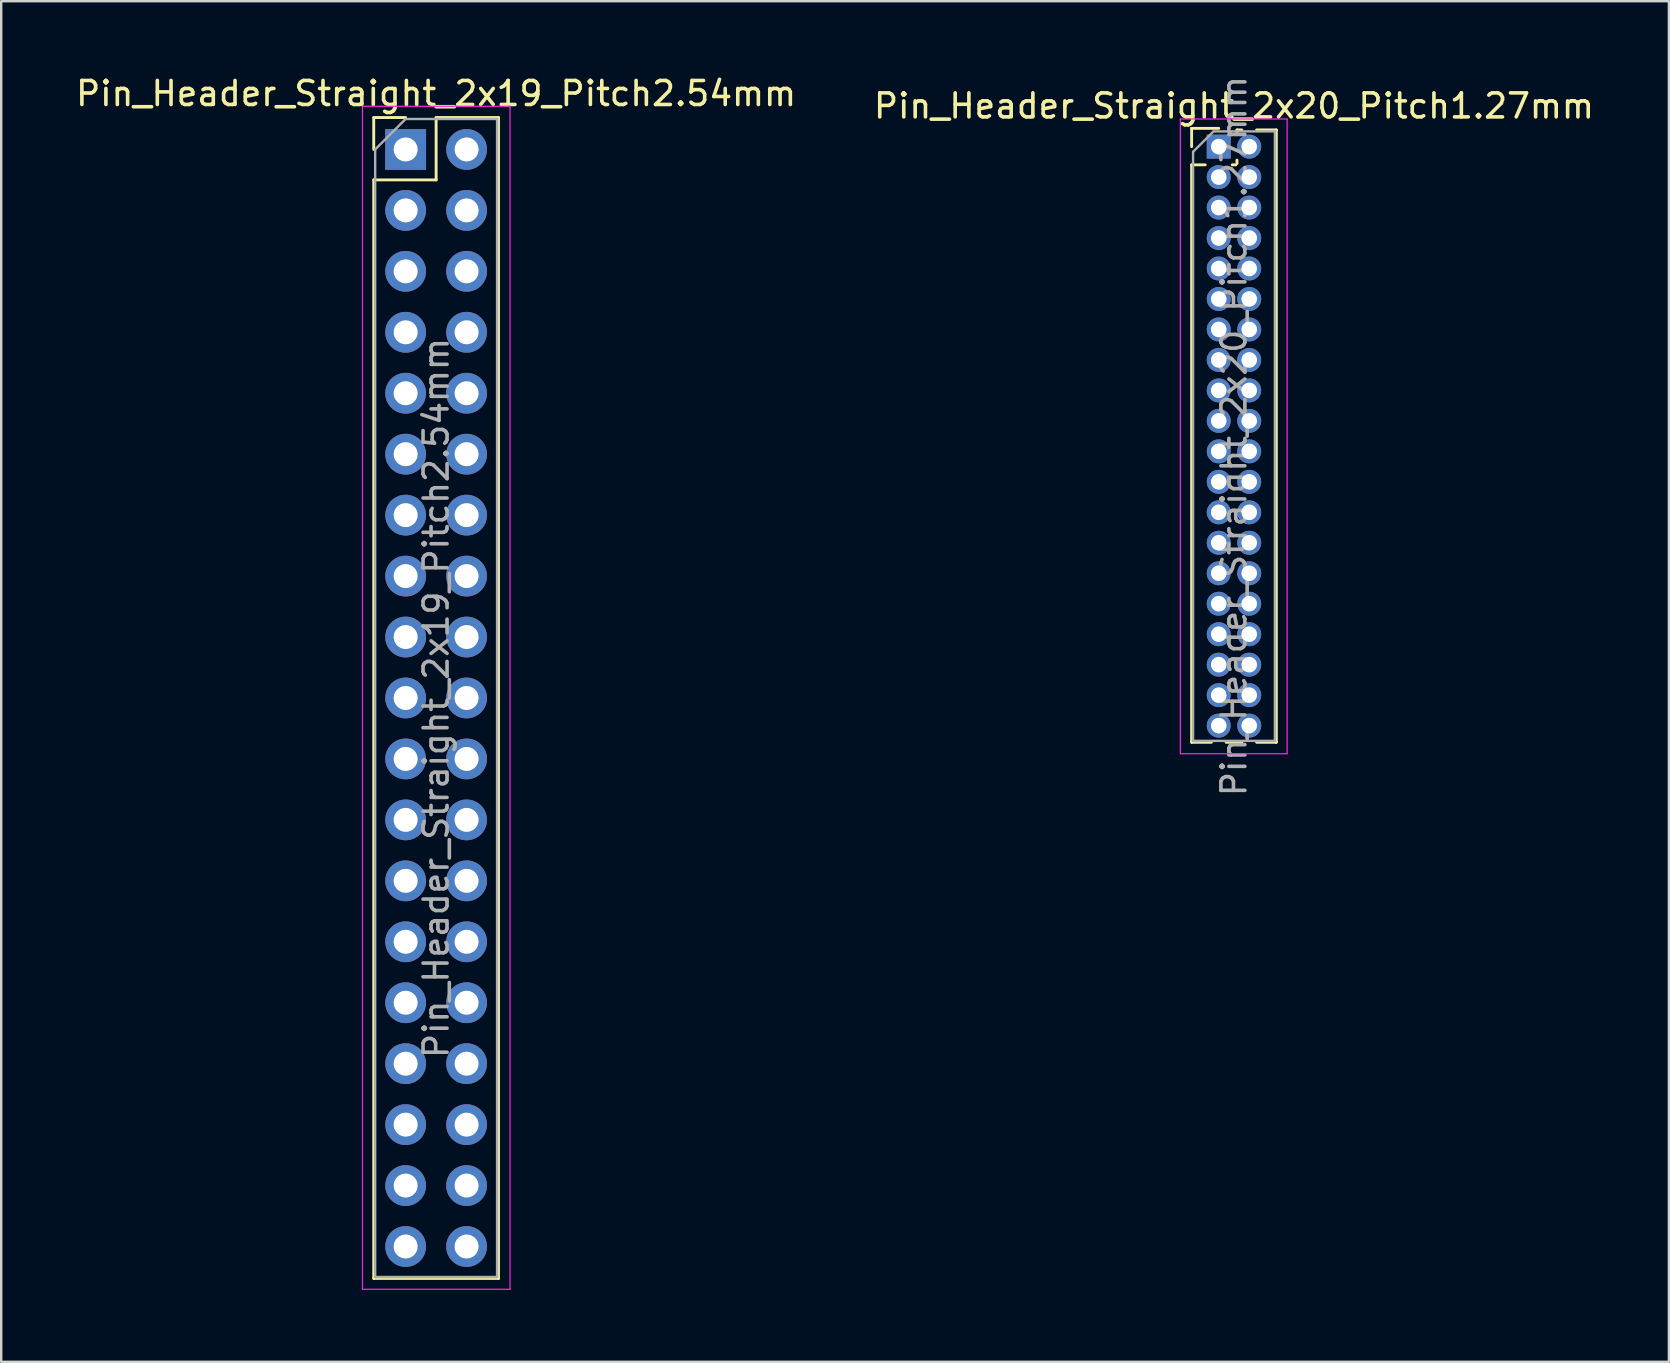
<source format=kicad_pcb>
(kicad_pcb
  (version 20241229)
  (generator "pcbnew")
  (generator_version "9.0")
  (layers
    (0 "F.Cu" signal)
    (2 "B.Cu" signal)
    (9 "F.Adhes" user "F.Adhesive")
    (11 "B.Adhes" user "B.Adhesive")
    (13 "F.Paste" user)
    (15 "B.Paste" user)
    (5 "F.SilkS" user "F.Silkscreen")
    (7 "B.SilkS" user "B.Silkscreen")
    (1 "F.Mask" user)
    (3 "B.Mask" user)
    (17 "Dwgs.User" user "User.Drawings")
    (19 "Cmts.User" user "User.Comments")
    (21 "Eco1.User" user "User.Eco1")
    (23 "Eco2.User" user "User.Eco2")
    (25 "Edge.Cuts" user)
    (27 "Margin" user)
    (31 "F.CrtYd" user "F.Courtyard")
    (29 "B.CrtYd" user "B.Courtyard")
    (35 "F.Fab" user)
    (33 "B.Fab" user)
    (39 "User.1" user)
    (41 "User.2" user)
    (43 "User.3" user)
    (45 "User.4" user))
  (footprint "Pin_Header_Straight_2x20_Pitch1.27mm"
    (layer "F.Cu")
    (at 47.74 3.06)
    (property "Reference" "Pin_Header_Straight_2x20_Pitch1.27mm" (at 0.635 -1.695 0) (layer "F.SilkS") (effects (font (size 1 1) (thickness 0.15))))
    (attr through_hole)
    (fp_line (start -1.13 -0.76) (end 0 -0.76) (stroke (width 0.12) (type solid)) (layer "F.SilkS"))
    (fp_line (start -1.13 0) (end -1.13 -0.76) (stroke (width 0.12) (type solid)) (layer "F.SilkS"))
    (fp_line (start -1.13 0.76) (end -1.13 24.825) (stroke (width 0.12) (type solid)) (layer "F.SilkS"))
    (fp_line (start -1.13 0.76) (end -0.563 0.76) (stroke (width 0.12) (type solid)) (layer "F.SilkS"))
    (fp_line (start -1.13 24.825) (end -0.308 24.825) (stroke (width 0.12) (type solid)) (layer "F.SilkS"))
    (fp_line (start 0.308 24.825) (end 0.962 24.825) (stroke (width 0.12) (type solid)) (layer "F.SilkS"))
    (fp_line (start 0.563 0.76) (end 0.707 0.76) (stroke (width 0.12) (type solid)) (layer "F.SilkS"))
    (fp_line (start 0.76 -0.695) (end 0.962 -0.695) (stroke (width 0.12) (type solid)) (layer "F.SilkS"))
    (fp_line (start 0.76 -0.563) (end 0.76 -0.695) (stroke (width 0.12) (type solid)) (layer "F.SilkS"))
    (fp_line (start 0.76 0.707) (end 0.76 0.563) (stroke (width 0.12) (type solid)) (layer "F.SilkS"))
    (fp_line (start 1.578 -0.695) (end 2.4 -0.695) (stroke (width 0.12) (type solid)) (layer "F.SilkS"))
    (fp_line (start 1.578 24.825) (end 2.4 24.825) (stroke (width 0.12) (type solid)) (layer "F.SilkS"))
    (fp_line (start 2.4 -0.695) (end 2.4 24.825) (stroke (width 0.12) (type solid)) (layer "F.SilkS"))
    (fp_line (start -1.6 -1.15) (end -1.6 25.3) (stroke (width 0.05) (type solid)) (layer "F.CrtYd"))
    (fp_line (start -1.6 25.3) (end 2.85 25.3) (stroke (width 0.05) (type solid)) (layer "F.CrtYd"))
    (fp_line (start 2.85 -1.15) (end -1.6 -1.15) (stroke (width 0.05) (type solid)) (layer "F.CrtYd"))
    (fp_line (start 2.85 25.3) (end 2.85 -1.15) (stroke (width 0.05) (type solid)) (layer "F.CrtYd"))
    (fp_line (start -1.07 0.217) (end -0.217 -0.635) (stroke (width 0.1) (type solid)) (layer "F.Fab"))
    (fp_line (start -1.07 24.765) (end -1.07 0.217) (stroke (width 0.1) (type solid)) (layer "F.Fab"))
    (fp_line (start -0.217 -0.635) (end 2.34 -0.635) (stroke (width 0.1) (type solid)) (layer "F.Fab"))
    (fp_line (start 2.34 -0.635) (end 2.34 24.765) (stroke (width 0.1) (type solid)) (layer "F.Fab"))
    (fp_line (start 2.34 24.765) (end -1.07 24.765) (stroke (width 0.1) (type solid)) (layer "F.Fab"))
    (fp_text user "${REFERENCE}" (at 0.635 12.065 90) (layer "F.Fab") (effects (font (size 1 1) (thickness 0.15))))
    (pad "1" thru_hole rect (at 0 0) (size 1 1) (drill 0.65) (layers "*.Cu" "*.Mask"))
    (pad "2" thru_hole oval (at 1.27 0) (size 1 1) (drill 0.65) (layers "*.Cu" "*.Mask"))
    (pad "3" thru_hole oval (at 0 1.27) (size 1 1) (drill 0.65) (layers "*.Cu" "*.Mask"))
    (pad "4" thru_hole oval (at 1.27 1.27) (size 1 1) (drill 0.65) (layers "*.Cu" "*.Mask"))
    (pad "5" thru_hole oval (at 0 2.54) (size 1 1) (drill 0.65) (layers "*.Cu" "*.Mask"))
    (pad "6" thru_hole oval (at 1.27 2.54) (size 1 1) (drill 0.65) (layers "*.Cu" "*.Mask"))
    (pad "7" thru_hole oval (at 0 3.81) (size 1 1) (drill 0.65) (layers "*.Cu" "*.Mask"))
    (pad "8" thru_hole oval (at 1.27 3.81) (size 1 1) (drill 0.65) (layers "*.Cu" "*.Mask"))
    (pad "9" thru_hole oval (at 0 5.08) (size 1 1) (drill 0.65) (layers "*.Cu" "*.Mask"))
    (pad "10" thru_hole oval (at 1.27 5.08) (size 1 1) (drill 0.65) (layers "*.Cu" "*.Mask"))
    (pad "11" thru_hole oval (at 0 6.35) (size 1 1) (drill 0.65) (layers "*.Cu" "*.Mask"))
    (pad "12" thru_hole oval (at 1.27 6.35) (size 1 1) (drill 0.65) (layers "*.Cu" "*.Mask"))
    (pad "13" thru_hole oval (at 0 7.62) (size 1 1) (drill 0.65) (layers "*.Cu" "*.Mask"))
    (pad "14" thru_hole oval (at 1.27 7.62) (size 1 1) (drill 0.65) (layers "*.Cu" "*.Mask"))
    (pad "15" thru_hole oval (at 0 8.89) (size 1 1) (drill 0.65) (layers "*.Cu" "*.Mask"))
    (pad "16" thru_hole oval (at 1.27 8.89) (size 1 1) (drill 0.65) (layers "*.Cu" "*.Mask"))
    (pad "17" thru_hole oval (at 0 10.16) (size 1 1) (drill 0.65) (layers "*.Cu" "*.Mask"))
    (pad "18" thru_hole oval (at 1.27 10.16) (size 1 1) (drill 0.65) (layers "*.Cu" "*.Mask"))
    (pad "19" thru_hole oval (at 0 11.43) (size 1 1) (drill 0.65) (layers "*.Cu" "*.Mask"))
    (pad "20" thru_hole oval (at 1.27 11.43) (size 1 1) (drill 0.65) (layers "*.Cu" "*.Mask"))
    (pad "21" thru_hole oval (at 0 12.7) (size 1 1) (drill 0.65) (layers "*.Cu" "*.Mask"))
    (pad "22" thru_hole oval (at 1.27 12.7) (size 1 1) (drill 0.65) (layers "*.Cu" "*.Mask"))
    (pad "23" thru_hole oval (at 0 13.97) (size 1 1) (drill 0.65) (layers "*.Cu" "*.Mask"))
    (pad "24" thru_hole oval (at 1.27 13.97) (size 1 1) (drill 0.65) (layers "*.Cu" "*.Mask"))
    (pad "25" thru_hole oval (at 0 15.24) (size 1 1) (drill 0.65) (layers "*.Cu" "*.Mask"))
    (pad "26" thru_hole oval (at 1.27 15.24) (size 1 1) (drill 0.65) (layers "*.Cu" "*.Mask"))
    (pad "27" thru_hole oval (at 0 16.51) (size 1 1) (drill 0.65) (layers "*.Cu" "*.Mask"))
    (pad "28" thru_hole oval (at 1.27 16.51) (size 1 1) (drill 0.65) (layers "*.Cu" "*.Mask"))
    (pad "29" thru_hole oval (at 0 17.78) (size 1 1) (drill 0.65) (layers "*.Cu" "*.Mask"))
    (pad "30" thru_hole oval (at 1.27 17.78) (size 1 1) (drill 0.65) (layers "*.Cu" "*.Mask"))
    (pad "31" thru_hole oval (at 0 19.05) (size 1 1) (drill 0.65) (layers "*.Cu" "*.Mask"))
    (pad "32" thru_hole oval (at 1.27 19.05) (size 1 1) (drill 0.65) (layers "*.Cu" "*.Mask"))
    (pad "33" thru_hole oval (at 0 20.32) (size 1 1) (drill 0.65) (layers "*.Cu" "*.Mask"))
    (pad "34" thru_hole oval (at 1.27 20.32) (size 1 1) (drill 0.65) (layers "*.Cu" "*.Mask"))
    (pad "35" thru_hole oval (at 0 21.59) (size 1 1) (drill 0.65) (layers "*.Cu" "*.Mask"))
    (pad "36" thru_hole oval (at 1.27 21.59) (size 1 1) (drill 0.65) (layers "*.Cu" "*.Mask"))
    (pad "37" thru_hole oval (at 0 22.86) (size 1 1) (drill 0.65) (layers "*.Cu" "*.Mask"))
    (pad "38" thru_hole oval (at 1.27 22.86) (size 1 1) (drill 0.65) (layers "*.Cu" "*.Mask"))
    (pad "39" thru_hole oval (at 0 24.13) (size 1 1) (drill 0.65) (layers "*.Cu" "*.Mask"))
    (pad "40" thru_hole oval (at 1.27 24.13) (size 1 1) (drill 0.65) (layers "*.Cu" "*.Mask")))
  (footprint "Pin_Header_Straight_2x19_Pitch2.54mm"
    (layer "F.Cu")
    (at 13.855 3.178)
    (property "Reference" "Pin_Header_Straight_2x19_Pitch2.54mm" (at 1.27 -2.33 0) (layer "F.SilkS") (effects (font (size 1 1) (thickness 0.15))))
    (attr through_hole)
    (fp_line (start -1.33 -1.33) (end 0 -1.33) (stroke (width 0.12) (type solid)) (layer "F.SilkS"))
    (fp_line (start -1.33 0) (end -1.33 -1.33) (stroke (width 0.12) (type solid)) (layer "F.SilkS"))
    (fp_line (start -1.33 1.27) (end -1.33 47.05) (stroke (width 0.12) (type solid)) (layer "F.SilkS"))
    (fp_line (start -1.33 1.27) (end 1.27 1.27) (stroke (width 0.12) (type solid)) (layer "F.SilkS"))
    (fp_line (start -1.33 47.05) (end 3.87 47.05) (stroke (width 0.12) (type solid)) (layer "F.SilkS"))
    (fp_line (start 1.27 -1.33) (end 3.87 -1.33) (stroke (width 0.12) (type solid)) (layer "F.SilkS"))
    (fp_line (start 1.27 1.27) (end 1.27 -1.33) (stroke (width 0.12) (type solid)) (layer "F.SilkS"))
    (fp_line (start 3.87 -1.33) (end 3.87 47.05) (stroke (width 0.12) (type solid)) (layer "F.SilkS"))
    (fp_line (start -1.8 -1.8) (end -1.8 47.5) (stroke (width 0.05) (type solid)) (layer "F.CrtYd"))
    (fp_line (start -1.8 47.5) (end 4.35 47.5) (stroke (width 0.05) (type solid)) (layer "F.CrtYd"))
    (fp_line (start 4.35 -1.8) (end -1.8 -1.8) (stroke (width 0.05) (type solid)) (layer "F.CrtYd"))
    (fp_line (start 4.35 47.5) (end 4.35 -1.8) (stroke (width 0.05) (type solid)) (layer "F.CrtYd"))
    (fp_line (start -1.27 0) (end 0 -1.27) (stroke (width 0.1) (type solid)) (layer "F.Fab"))
    (fp_line (start -1.27 46.99) (end -1.27 0) (stroke (width 0.1) (type solid)) (layer "F.Fab"))
    (fp_line (start 0 -1.27) (end 3.81 -1.27) (stroke (width 0.1) (type solid)) (layer "F.Fab"))
    (fp_line (start 3.81 -1.27) (end 3.81 46.99) (stroke (width 0.1) (type solid)) (layer "F.Fab"))
    (fp_line (start 3.81 46.99) (end -1.27 46.99) (stroke (width 0.1) (type solid)) (layer "F.Fab"))
    (fp_text user "${REFERENCE}" (at 1.27 22.86 90) (layer "F.Fab") (effects (font (size 1 1) (thickness 0.15))))
    (pad "1" thru_hole rect (at 0 0) (size 1.7 1.7) (drill 1) (layers "*.Cu" "*.Mask"))
    (pad "2" thru_hole oval (at 2.54 0) (size 1.7 1.7) (drill 1) (layers "*.Cu" "*.Mask"))
    (pad "3" thru_hole oval (at 0 2.54) (size 1.7 1.7) (drill 1) (layers "*.Cu" "*.Mask"))
    (pad "4" thru_hole oval (at 2.54 2.54) (size 1.7 1.7) (drill 1) (layers "*.Cu" "*.Mask"))
    (pad "5" thru_hole oval (at 0 5.08) (size 1.7 1.7) (drill 1) (layers "*.Cu" "*.Mask"))
    (pad "6" thru_hole oval (at 2.54 5.08) (size 1.7 1.7) (drill 1) (layers "*.Cu" "*.Mask"))
    (pad "7" thru_hole oval (at 0 7.62) (size 1.7 1.7) (drill 1) (layers "*.Cu" "*.Mask"))
    (pad "8" thru_hole oval (at 2.54 7.62) (size 1.7 1.7) (drill 1) (layers "*.Cu" "*.Mask"))
    (pad "9" thru_hole oval (at 0 10.16) (size 1.7 1.7) (drill 1) (layers "*.Cu" "*.Mask"))
    (pad "10" thru_hole oval (at 2.54 10.16) (size 1.7 1.7) (drill 1) (layers "*.Cu" "*.Mask"))
    (pad "11" thru_hole oval (at 0 12.7) (size 1.7 1.7) (drill 1) (layers "*.Cu" "*.Mask"))
    (pad "12" thru_hole oval (at 2.54 12.7) (size 1.7 1.7) (drill 1) (layers "*.Cu" "*.Mask"))
    (pad "13" thru_hole oval (at 0 15.24) (size 1.7 1.7) (drill 1) (layers "*.Cu" "*.Mask"))
    (pad "14" thru_hole oval (at 2.54 15.24) (size 1.7 1.7) (drill 1) (layers "*.Cu" "*.Mask"))
    (pad "15" thru_hole oval (at 0 17.78) (size 1.7 1.7) (drill 1) (layers "*.Cu" "*.Mask"))
    (pad "16" thru_hole oval (at 2.54 17.78) (size 1.7 1.7) (drill 1) (layers "*.Cu" "*.Mask"))
    (pad "17" thru_hole oval (at 0 20.32) (size 1.7 1.7) (drill 1) (layers "*.Cu" "*.Mask"))
    (pad "18" thru_hole oval (at 2.54 20.32) (size 1.7 1.7) (drill 1) (layers "*.Cu" "*.Mask"))
    (pad "19" thru_hole oval (at 0 22.86) (size 1.7 1.7) (drill 1) (layers "*.Cu" "*.Mask"))
    (pad "20" thru_hole oval (at 2.54 22.86) (size 1.7 1.7) (drill 1) (layers "*.Cu" "*.Mask"))
    (pad "21" thru_hole oval (at 0 25.4) (size 1.7 1.7) (drill 1) (layers "*.Cu" "*.Mask"))
    (pad "22" thru_hole oval (at 2.54 25.4) (size 1.7 1.7) (drill 1) (layers "*.Cu" "*.Mask"))
    (pad "23" thru_hole oval (at 0 27.94) (size 1.7 1.7) (drill 1) (layers "*.Cu" "*.Mask"))
    (pad "24" thru_hole oval (at 2.54 27.94) (size 1.7 1.7) (drill 1) (layers "*.Cu" "*.Mask"))
    (pad "25" thru_hole oval (at 0 30.48) (size 1.7 1.7) (drill 1) (layers "*.Cu" "*.Mask"))
    (pad "26" thru_hole oval (at 2.54 30.48) (size 1.7 1.7) (drill 1) (layers "*.Cu" "*.Mask"))
    (pad "27" thru_hole oval (at 0 33.02) (size 1.7 1.7) (drill 1) (layers "*.Cu" "*.Mask"))
    (pad "28" thru_hole oval (at 2.54 33.02) (size 1.7 1.7) (drill 1) (layers "*.Cu" "*.Mask"))
    (pad "29" thru_hole oval (at 0 35.56) (size 1.7 1.7) (drill 1) (layers "*.Cu" "*.Mask"))
    (pad "30" thru_hole oval (at 2.54 35.56) (size 1.7 1.7) (drill 1) (layers "*.Cu" "*.Mask"))
    (pad "31" thru_hole oval (at 0 38.1) (size 1.7 1.7) (drill 1) (layers "*.Cu" "*.Mask"))
    (pad "32" thru_hole oval (at 2.54 38.1) (size 1.7 1.7) (drill 1) (layers "*.Cu" "*.Mask"))
    (pad "33" thru_hole oval (at 0 40.64) (size 1.7 1.7) (drill 1) (layers "*.Cu" "*.Mask"))
    (pad "34" thru_hole oval (at 2.54 40.64) (size 1.7 1.7) (drill 1) (layers "*.Cu" "*.Mask"))
    (pad "35" thru_hole oval (at 0 43.18) (size 1.7 1.7) (drill 1) (layers "*.Cu" "*.Mask"))
    (pad "36" thru_hole oval (at 2.54 43.18) (size 1.7 1.7) (drill 1) (layers "*.Cu" "*.Mask"))
    (pad "37" thru_hole oval (at 0 45.72) (size 1.7 1.7) (drill 1) (layers "*.Cu" "*.Mask"))
    (pad "38" thru_hole oval (at 2.54 45.72) (size 1.7 1.7) (drill 1) (layers "*.Cu" "*.Mask")))
  (gr_rect
    (start -3 -3)
    (end 66.5 53.703)
    (stroke (width 0.1) (type default))
    (fill no)
    (layer "Edge.Cuts")))
</source>
